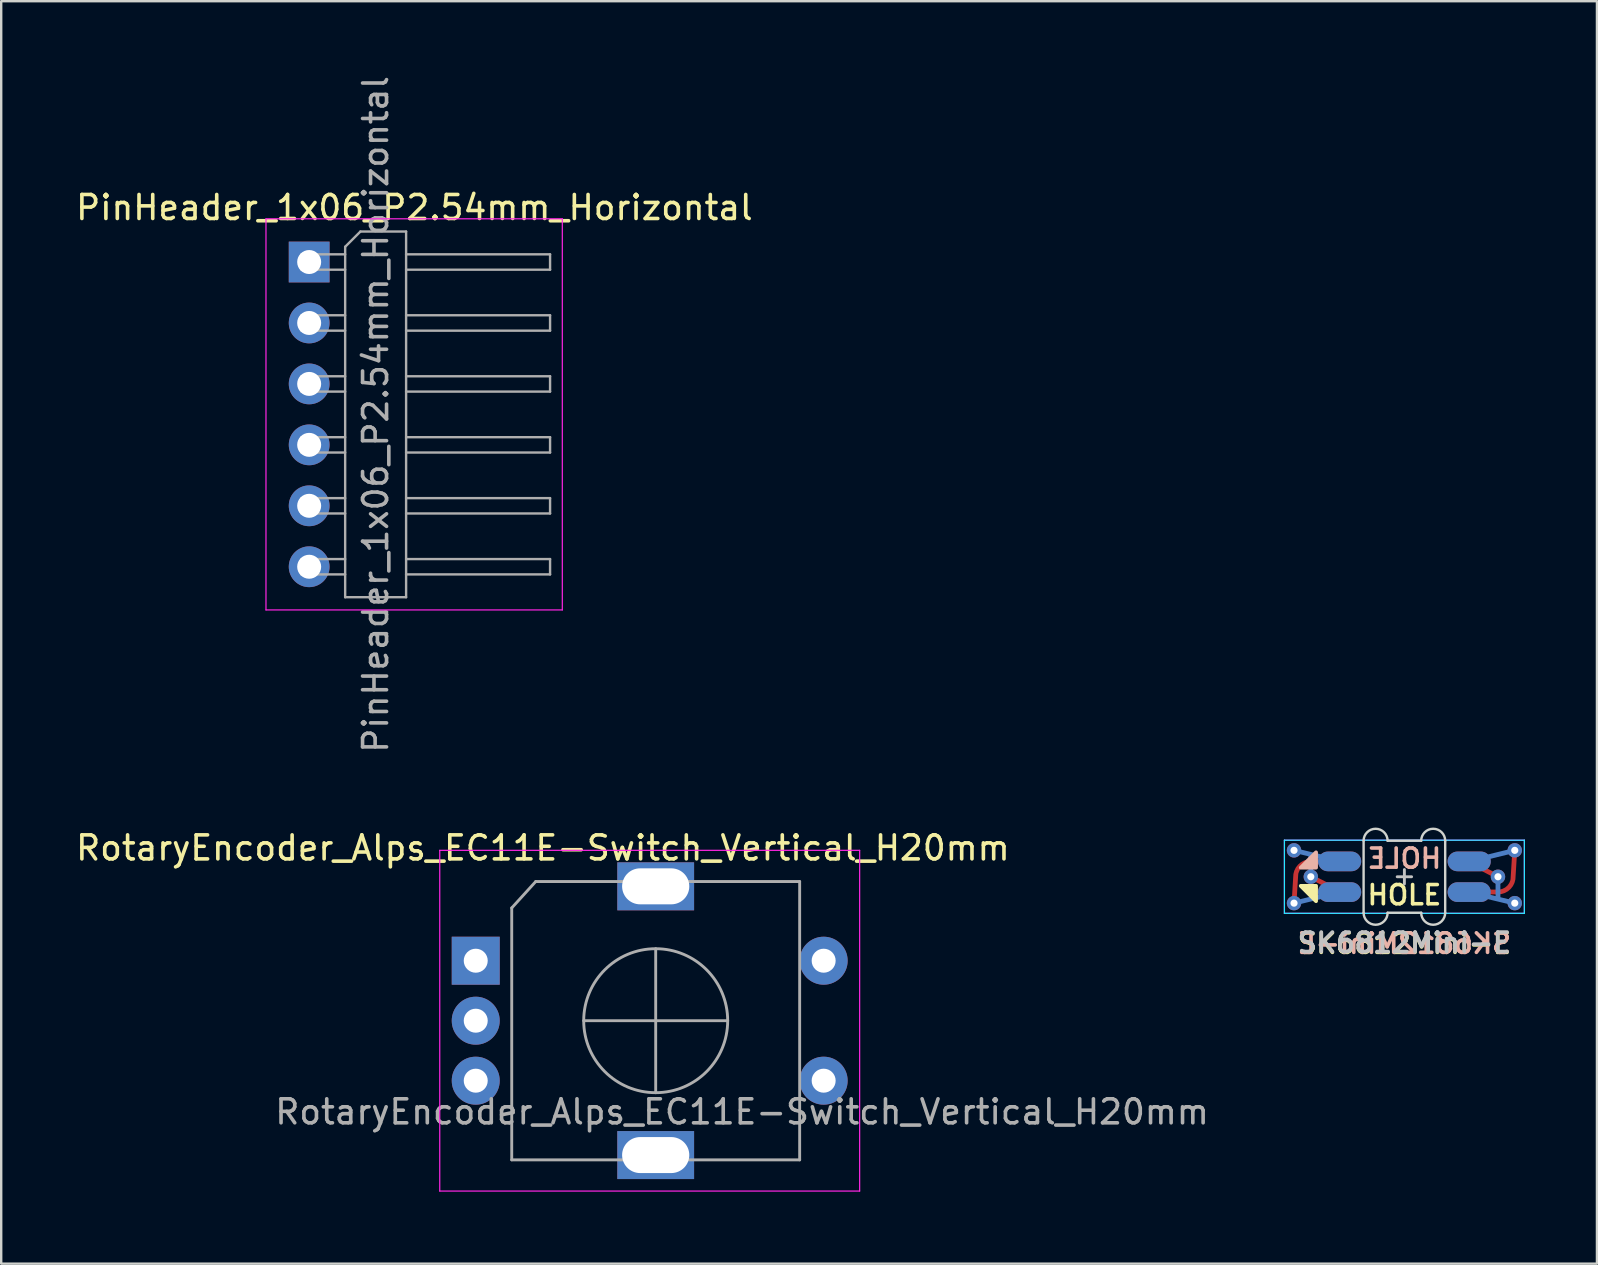
<source format=kicad_pcb>
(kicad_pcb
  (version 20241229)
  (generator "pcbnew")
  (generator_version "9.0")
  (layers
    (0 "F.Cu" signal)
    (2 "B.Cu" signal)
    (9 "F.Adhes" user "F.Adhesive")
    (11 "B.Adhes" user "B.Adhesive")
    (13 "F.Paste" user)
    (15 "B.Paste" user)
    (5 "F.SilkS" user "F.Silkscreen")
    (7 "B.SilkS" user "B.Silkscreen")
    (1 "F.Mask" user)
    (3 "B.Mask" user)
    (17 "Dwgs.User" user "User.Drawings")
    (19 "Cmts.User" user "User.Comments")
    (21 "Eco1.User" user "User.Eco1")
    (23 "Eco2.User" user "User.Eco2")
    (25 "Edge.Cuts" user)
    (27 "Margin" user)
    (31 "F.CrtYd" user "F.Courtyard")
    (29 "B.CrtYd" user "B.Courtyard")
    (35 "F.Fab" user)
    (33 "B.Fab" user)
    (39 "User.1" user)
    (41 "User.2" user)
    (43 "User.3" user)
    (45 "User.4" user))
  (footprint "RotaryEncoder_Alps_EC11E-Switch_Vertical_H20mm"
    (layer "F.Cu")
    (at 16.777 36.989)
    (property "Reference" "RotaryEncoder_Alps_EC11E-Switch_Vertical_H20mm" (at 2.8 -4.7 0) (layer "F.SilkS") (effects (font (size 1 1) (thickness 0.15))))
    (attr through_hole)
    (fp_line (start -1.5 -4.6) (end -1.5 9.6) (stroke (width 0.05) (type solid)) (layer "F.CrtYd"))
    (fp_line (start -1.5 -4.6) (end 16 -4.6) (stroke (width 0.05) (type solid)) (layer "F.CrtYd"))
    (fp_line (start 16 9.6) (end -1.5 9.6) (stroke (width 0.05) (type solid)) (layer "F.CrtYd"))
    (fp_line (start 16 9.6) (end 16 -4.6) (stroke (width 0.05) (type solid)) (layer "F.CrtYd"))
    (fp_line (start 1.5 -2.2) (end 2.5 -3.3) (stroke (width 0.12) (type solid)) (layer "F.Fab"))
    (fp_line (start 1.5 8.3) (end 1.5 -2.2) (stroke (width 0.12) (type solid)) (layer "F.Fab"))
    (fp_line (start 2.5 -3.3) (end 13.5 -3.3) (stroke (width 0.12) (type solid)) (layer "F.Fab"))
    (fp_line (start 4.5 2.5) (end 10.5 2.5) (stroke (width 0.12) (type solid)) (layer "F.Fab"))
    (fp_line (start 7.5 -0.5) (end 7.5 5.5) (stroke (width 0.12) (type solid)) (layer "F.Fab"))
    (fp_line (start 13.5 -3.3) (end 13.5 8.3) (stroke (width 0.12) (type solid)) (layer "F.Fab"))
    (fp_line (start 13.5 8.3) (end 1.5 8.3) (stroke (width 0.12) (type solid)) (layer "F.Fab"))
    (fp_circle (center 7.5 2.5) (end 10.5 2.5) (stroke (width 0.12) (type solid)) (fill no) (layer "F.Fab"))
    (fp_text user "${REFERENCE}" (at 11.1 6.3 0) (layer "F.Fab") (effects (font (size 1 1) (thickness 0.15))))
    (pad "A" thru_hole rect (at 0 0) (size 2 2) (drill 1) (layers "*.Cu" "*.Mask"))
    (pad "B" thru_hole circle (at 0 5) (size 2 2) (drill 1) (layers "*.Cu" "*.Mask"))
    (pad "C" thru_hole circle (at 0 2.5) (size 2 2) (drill 1) (layers "*.Cu" "*.Mask"))
    (pad "MP" thru_hole rect (at 7.5 -3.1) (size 3.2 2) (drill oval 2.8 1.5) (layers "*.Cu" "*.Mask"))
    (pad "MP" thru_hole rect (at 7.5 8.1) (size 3.2 2) (drill oval 2.8 1.5) (layers "*.Cu" "*.Mask"))
    (pad "S1" thru_hole circle (at 14.5 5) (size 2 2) (drill 1) (layers "*.Cu" "*.Mask"))
    (pad "S2" thru_hole circle (at 14.5 0) (size 2 2) (drill 1) (layers "*.Cu" "*.Mask")))
  (footprint "SK6812Mini-E"
    (layer "F.Cu")
    (at 55.48 33.49)
    (property "Reference" "SK6812Mini-E" (at 0 2.75 0) (layer "Dwgs.User") (effects (font (size 0.813 0.813) (thickness 0.152))))
    (attr through_hole)
    (fp_poly (pts (xy -4.318 0.381) (xy -3.683 0.381) (xy -3.683 1.016)) (stroke (width 0.16) (type solid)) (fill yes) (layer "F.SilkS"))
    (fp_poly (pts (xy -3.683 -1.016) (xy -3.683 -0.381) (xy -4.318 -0.381)) (stroke (width 0.16) (type solid)) (fill yes) (layer "B.SilkS"))
    (fp_line (start -0.3 0) (end 0.3 0) (stroke (width 0.12) (type solid)) (layer "Dwgs.User"))
    (fp_line (start 0 0.3) (end 0 -0.3) (stroke (width 0.12) (type solid)) (layer "Dwgs.User"))
    (fp_line (start -1.7 -1.5) (end -1.7 1.5) (stroke (width 0.1) (type solid)) (layer "Edge.Cuts"))
    (fp_line (start -0.7 -1.5) (end 0.7 -1.5) (stroke (width 0.1) (type solid)) (layer "Edge.Cuts"))
    (fp_line (start -0.7 1.5) (end 0.7 1.5) (stroke (width 0.1) (type solid)) (layer "Edge.Cuts"))
    (fp_line (start 1.7 1.5) (end 1.7 -1.5) (stroke (width 0.1) (type solid)) (layer "Edge.Cuts"))
    (fp_arc (start -1.7 -1.5) (mid -1.2 -2) (end -0.7 -1.5) (stroke (width 0.1) (type solid)) (layer "Edge.Cuts"))
    (fp_arc (start -0.7 1.5) (mid -1.2 2) (end -1.7 1.5) (stroke (width 0.1) (type solid)) (layer "Edge.Cuts"))
    (fp_arc (start 0.7 -1.5) (mid 1.2 -2) (end 1.7 -1.5) (stroke (width 0.1) (type solid)) (layer "Edge.Cuts"))
    (fp_arc (start 1.7 1.5) (mid 1.2 2) (end 0.7 1.5) (stroke (width 0.1) (type solid)) (layer "Edge.Cuts"))
    (fp_line (start -5 -1.524) (end 5 -1.524) (stroke (width 0.05) (type solid)) (layer "B.CrtYd"))
    (fp_line (start -5 1.524) (end -5 -1.524) (stroke (width 0.05) (type solid)) (layer "B.CrtYd"))
    (fp_line (start 5 -1.524) (end 5 1.524) (stroke (width 0.05) (type solid)) (layer "B.CrtYd"))
    (fp_line (start 5 1.524) (end -5 1.524) (stroke (width 0.05) (type solid)) (layer "B.CrtYd"))
    (fp_line (start -5 -1.524) (end -5 1.524) (stroke (width 0.05) (type solid)) (layer "F.CrtYd"))
    (fp_line (start -5 -1.524) (end 5 -1.524) (stroke (width 0.05) (type solid)) (layer "F.CrtYd"))
    (fp_line (start 5 -1.524) (end 5 1.524) (stroke (width 0.05) (type solid)) (layer "F.CrtYd"))
    (fp_line (start 5 1.524) (end -5 1.524) (stroke (width 0.05) (type solid)) (layer "F.CrtYd"))
    (fp_text user "${REFERENCE}" (at 0 2.781 0) (layer "F.SilkS") (effects (font (size 0.813 0.813) (thickness 0.152))))
    (fp_text user "HOLE" (at 0 0.762 0) (layer "F.SilkS") (effects (font (size 0.8 0.8) (thickness 0.15))))
    (fp_text user "${REFERENCE}" (at 0 2.781 0) (layer "B.SilkS") (effects (font (size 0.813 0.813) (thickness 0.152)) (justify mirror)))
    (fp_text user "HOLE" (at 0 -0.762 0) (layer "B.SilkS") (effects (font (size 0.8 0.8) (thickness 0.15)) (justify mirror)))
    (pad "1" smd custom (at 2.7 -0.64 180) (size 0.01 0.01) (layers "F.Cu") (options (anchor circle)) (primitives (gr_line (start -1.2 -0.64) (end 0.033 -0.005) (width 0.2))))
    (pad "1" smd oval (at 2.7 -0.64) (size 1.8 0.82) (layers "F.Cu" "F.Mask" "F.Paste"))
    (pad "1" smd custom (at 2.7 0.64 180) (size 0.01 0.01) (layers "B.Cu") (options (anchor circle)) (primitives (gr_line (start 0.033 0.005) (end -1.9 -0.46) (width 0.2)) (gr_line (start -1.2 0.64) (end -1.2 -0.26) (width 0.2))))
    (pad "1" smd oval (at 2.7 0.64) (size 1.8 0.82) (layers "B.Cu" "B.Mask" "B.Paste"))
    (pad "1" thru_hole circle (at 3.9 0 180) (size 0.6 0.6) (drill 0.3) (layers "*.Cu"))
    (pad "1" thru_hole circle (at 4.6 1.1 180) (size 0.6 0.6) (drill 0.3) (layers "*.Cu"))
    (pad "2" smd custom (at 2.7 -0.64 180) (size 0.01 0.01) (layers "B.Cu") (options (anchor circle)) (primitives (gr_line (start -1.9 0.46) (end 0 -0.005) (width 0.2))))
    (pad "2" smd oval (at 2.7 -0.64) (size 1.8 0.82) (layers "B.Cu" "B.Mask" "B.Paste"))
    (pad "2" smd custom (at 2.7 0.64 180) (size 0.01 0.01) (layers "F.Cu") (options (anchor circle)) (primitives (gr_arc (start -1.826182 0.540664) (mid -1.611399 0.157142) (end -1.199 0.005) (width 0.2)) (gr_line (start -1.826 0.541) (end -1.9 1.74) (width 0.2)) (gr_line (start -1.199 0.005) (end 0 0.005) (width 0.2))))
    (pad "2" smd oval (at 2.7 0.64) (size 1.8 0.82) (layers "F.Cu" "F.Mask" "F.Paste"))
    (pad "2" thru_hole circle (at 4.6 -1.1 180) (size 0.6 0.6) (drill 0.3) (layers "*.Cu"))
    (pad "3" thru_hole circle (at -4.6 -1.1) (size 0.6 0.6) (drill 0.3) (layers "*.Cu"))
    (pad "3" thru_hole circle (at -3.9 0) (size 0.6 0.6) (drill 0.3) (layers "*.Cu"))
    (pad "3" smd custom (at -2.7 -0.64) (size 0.01 0.01) (layers "B.Cu") (options (anchor circle)) (primitives (gr_line (start 0.033 0.005) (end -1.9 -0.46) (width 0.2)) (gr_line (start -1.2 0.64) (end -1.2 -0.26) (width 0.2))))
    (pad "3" smd oval (at -2.7 -0.64) (size 1.8 0.82) (layers "B.Cu" "B.Mask" "B.Paste"))
    (pad "3" smd custom (at -2.7 0.64) (size 0.01 0.01) (layers "F.Cu") (options (anchor circle)) (primitives (gr_line (start -1.2 -0.64) (end 0.033 -0.005) (width 0.2))))
    (pad "3" smd oval (at -2.7 0.64) (size 1.8 0.82) (layers "F.Cu" "F.Mask" "F.Paste"))
    (pad "4" thru_hole circle (at -4.6 1.1) (size 0.6 0.6) (drill 0.3) (layers "*.Cu"))
    (pad "4" smd custom (at -2.7 -0.64) (size 0.01 0.01) (layers "F.Cu") (options (anchor circle)) (primitives (gr_arc (start -1.826182 0.540664) (mid -1.611399 0.157142) (end -1.199 0.005) (width 0.2)) (gr_line (start -1.826 0.541) (end -1.9 1.74) (width 0.2)) (gr_line (start -1.199 0.005) (end 0 0.005) (width 0.2))))
    (pad "4" smd oval (at -2.7 -0.64) (size 1.8 0.82) (layers "F.Cu" "F.Mask" "F.Paste"))
    (pad "4" smd custom (at -2.7 0.64) (size 0.01 0.01) (layers "B.Cu") (options (anchor circle)) (primitives (gr_line (start -1.9 0.46) (end 0 -0.005) (width 0.2))))
    (pad "4" smd oval (at -2.7 0.64) (size 1.8 0.82) (layers "B.Cu" "B.Mask" "B.Paste")))
  (footprint "PinHeader_1x06_P2.54mm_Horizontal"
    (layer "F.Cu")
    (at 9.835 7.87)
    (property "Reference" "PinHeader_1x06_P2.54mm_Horizontal" (at 4.385 -2.27 0) (layer "F.SilkS") (effects (font (size 1 1) (thickness 0.15))))
    (attr through_hole)
    (fp_line (start -1.8 -1.8) (end -1.8 14.5) (stroke (width 0.05) (type solid)) (layer "F.CrtYd"))
    (fp_line (start -1.8 14.5) (end 10.55 14.5) (stroke (width 0.05) (type solid)) (layer "F.CrtYd"))
    (fp_line (start 10.55 -1.8) (end -1.8 -1.8) (stroke (width 0.05) (type solid)) (layer "F.CrtYd"))
    (fp_line (start 10.55 14.5) (end 10.55 -1.8) (stroke (width 0.05) (type solid)) (layer "F.CrtYd"))
    (fp_line (start -0.32 -0.32) (end -0.32 0.32) (stroke (width 0.1) (type solid)) (layer "F.Fab"))
    (fp_line (start -0.32 -0.32) (end 1.5 -0.32) (stroke (width 0.1) (type solid)) (layer "F.Fab"))
    (fp_line (start -0.32 0.32) (end 1.5 0.32) (stroke (width 0.1) (type solid)) (layer "F.Fab"))
    (fp_line (start -0.32 2.22) (end -0.32 2.86) (stroke (width 0.1) (type solid)) (layer "F.Fab"))
    (fp_line (start -0.32 2.22) (end 1.5 2.22) (stroke (width 0.1) (type solid)) (layer "F.Fab"))
    (fp_line (start -0.32 2.86) (end 1.5 2.86) (stroke (width 0.1) (type solid)) (layer "F.Fab"))
    (fp_line (start -0.32 4.76) (end -0.32 5.4) (stroke (width 0.1) (type solid)) (layer "F.Fab"))
    (fp_line (start -0.32 4.76) (end 1.5 4.76) (stroke (width 0.1) (type solid)) (layer "F.Fab"))
    (fp_line (start -0.32 5.4) (end 1.5 5.4) (stroke (width 0.1) (type solid)) (layer "F.Fab"))
    (fp_line (start -0.32 7.3) (end -0.32 7.94) (stroke (width 0.1) (type solid)) (layer "F.Fab"))
    (fp_line (start -0.32 7.3) (end 1.5 7.3) (stroke (width 0.1) (type solid)) (layer "F.Fab"))
    (fp_line (start -0.32 7.94) (end 1.5 7.94) (stroke (width 0.1) (type solid)) (layer "F.Fab"))
    (fp_line (start -0.32 9.84) (end -0.32 10.48) (stroke (width 0.1) (type solid)) (layer "F.Fab"))
    (fp_line (start -0.32 9.84) (end 1.5 9.84) (stroke (width 0.1) (type solid)) (layer "F.Fab"))
    (fp_line (start -0.32 10.48) (end 1.5 10.48) (stroke (width 0.1) (type solid)) (layer "F.Fab"))
    (fp_line (start -0.32 12.38) (end -0.32 13.02) (stroke (width 0.1) (type solid)) (layer "F.Fab"))
    (fp_line (start -0.32 12.38) (end 1.5 12.38) (stroke (width 0.1) (type solid)) (layer "F.Fab"))
    (fp_line (start -0.32 13.02) (end 1.5 13.02) (stroke (width 0.1) (type solid)) (layer "F.Fab"))
    (fp_line (start 1.5 -0.635) (end 2.135 -1.27) (stroke (width 0.1) (type solid)) (layer "F.Fab"))
    (fp_line (start 1.5 13.97) (end 1.5 -0.635) (stroke (width 0.1) (type solid)) (layer "F.Fab"))
    (fp_line (start 2.135 -1.27) (end 4.04 -1.27) (stroke (width 0.1) (type solid)) (layer "F.Fab"))
    (fp_line (start 4.04 -1.27) (end 4.04 13.97) (stroke (width 0.1) (type solid)) (layer "F.Fab"))
    (fp_line (start 4.04 -0.32) (end 10.04 -0.32) (stroke (width 0.1) (type solid)) (layer "F.Fab"))
    (fp_line (start 4.04 0.32) (end 10.04 0.32) (stroke (width 0.1) (type solid)) (layer "F.Fab"))
    (fp_line (start 4.04 2.22) (end 10.04 2.22) (stroke (width 0.1) (type solid)) (layer "F.Fab"))
    (fp_line (start 4.04 2.86) (end 10.04 2.86) (stroke (width 0.1) (type solid)) (layer "F.Fab"))
    (fp_line (start 4.04 4.76) (end 10.04 4.76) (stroke (width 0.1) (type solid)) (layer "F.Fab"))
    (fp_line (start 4.04 5.4) (end 10.04 5.4) (stroke (width 0.1) (type solid)) (layer "F.Fab"))
    (fp_line (start 4.04 7.3) (end 10.04 7.3) (stroke (width 0.1) (type solid)) (layer "F.Fab"))
    (fp_line (start 4.04 7.94) (end 10.04 7.94) (stroke (width 0.1) (type solid)) (layer "F.Fab"))
    (fp_line (start 4.04 9.84) (end 10.04 9.84) (stroke (width 0.1) (type solid)) (layer "F.Fab"))
    (fp_line (start 4.04 10.48) (end 10.04 10.48) (stroke (width 0.1) (type solid)) (layer "F.Fab"))
    (fp_line (start 4.04 12.38) (end 10.04 12.38) (stroke (width 0.1) (type solid)) (layer "F.Fab"))
    (fp_line (start 4.04 13.02) (end 10.04 13.02) (stroke (width 0.1) (type solid)) (layer "F.Fab"))
    (fp_line (start 4.04 13.97) (end 1.5 13.97) (stroke (width 0.1) (type solid)) (layer "F.Fab"))
    (fp_line (start 10.04 -0.32) (end 10.04 0.32) (stroke (width 0.1) (type solid)) (layer "F.Fab"))
    (fp_line (start 10.04 2.22) (end 10.04 2.86) (stroke (width 0.1) (type solid)) (layer "F.Fab"))
    (fp_line (start 10.04 4.76) (end 10.04 5.4) (stroke (width 0.1) (type solid)) (layer "F.Fab"))
    (fp_line (start 10.04 7.3) (end 10.04 7.94) (stroke (width 0.1) (type solid)) (layer "F.Fab"))
    (fp_line (start 10.04 9.84) (end 10.04 10.48) (stroke (width 0.1) (type solid)) (layer "F.Fab"))
    (fp_line (start 10.04 12.38) (end 10.04 13.02) (stroke (width 0.1) (type solid)) (layer "F.Fab"))
    (fp_text user "${REFERENCE}" (at 2.77 6.35 90) (layer "F.Fab") (effects (font (size 1 1) (thickness 0.15))))
    (pad "1" thru_hole rect (at 0 0) (size 1.7 1.7) (drill 1) (layers "*.Cu" "*.Mask"))
    (pad "2" thru_hole oval (at 0 2.54) (size 1.7 1.7) (drill 1) (layers "*.Cu" "*.Mask"))
    (pad "3" thru_hole oval (at 0 5.08) (size 1.7 1.7) (drill 1) (layers "*.Cu" "*.Mask"))
    (pad "4" thru_hole oval (at 0 7.62) (size 1.7 1.7) (drill 1) (layers "*.Cu" "*.Mask"))
    (pad "5" thru_hole oval (at 0 10.16) (size 1.7 1.7) (drill 1) (layers "*.Cu" "*.Mask"))
    (pad "6" thru_hole oval (at 0 12.7) (size 1.7 1.7) (drill 1) (layers "*.Cu" "*.Mask")))
  (gr_rect
    (start -3 -3)
    (end 63.505 49.614)
    (stroke (width 0.1) (type default))
    (fill no)
    (layer "Edge.Cuts")))
</source>
